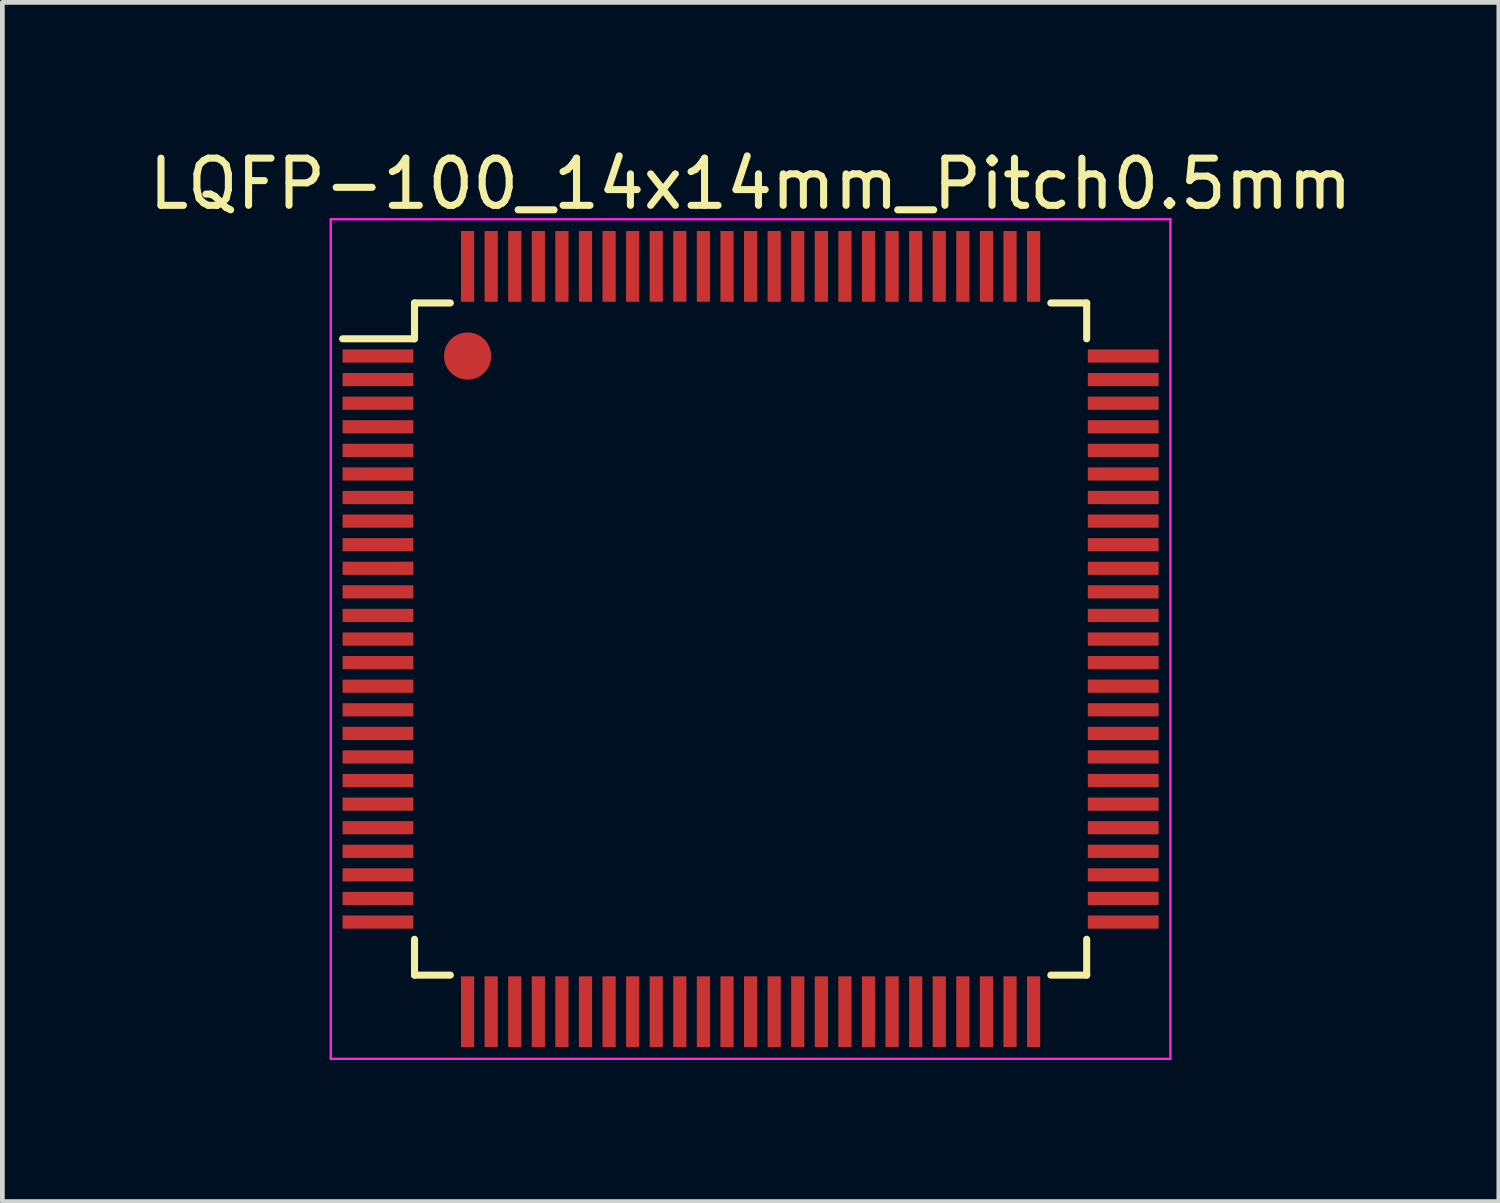
<source format=kicad_pcb>
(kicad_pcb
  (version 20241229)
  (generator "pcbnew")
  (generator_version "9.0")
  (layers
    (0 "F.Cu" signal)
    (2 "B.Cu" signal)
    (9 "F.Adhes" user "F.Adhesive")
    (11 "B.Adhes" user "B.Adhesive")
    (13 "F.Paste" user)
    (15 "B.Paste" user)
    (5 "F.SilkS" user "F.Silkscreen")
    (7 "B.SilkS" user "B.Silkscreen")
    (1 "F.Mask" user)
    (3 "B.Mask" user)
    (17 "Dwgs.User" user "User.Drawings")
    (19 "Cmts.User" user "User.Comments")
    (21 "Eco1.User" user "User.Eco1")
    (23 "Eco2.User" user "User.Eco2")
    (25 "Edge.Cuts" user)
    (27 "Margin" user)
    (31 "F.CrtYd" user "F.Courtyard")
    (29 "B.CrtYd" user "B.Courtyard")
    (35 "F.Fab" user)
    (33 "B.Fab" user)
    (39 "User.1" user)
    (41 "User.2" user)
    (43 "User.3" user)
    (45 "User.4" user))
  (footprint "LQFP-100_14x14mm_Pitch0.5mm"
    (layer "F.Cu")
    (at 12.863 10.498)
    (property "Reference" "LQFP-100_14x14mm_Pitch0.5mm" (at 0 -9.65 0) (layer "F.SilkS") (effects (font (size 1 1) (thickness 0.15))))
    (attr smd)
    (fp_line (start -7.125 -7.125) (end -7.125 -6.365) (stroke (width 0.15) (type solid)) (layer "F.SilkS"))
    (fp_line (start -7.125 -7.125) (end -6.365 -7.125) (stroke (width 0.15) (type solid)) (layer "F.SilkS"))
    (fp_line (start -7.125 -6.365) (end -8.65 -6.365) (stroke (width 0.15) (type solid)) (layer "F.SilkS"))
    (fp_line (start -7.125 7.125) (end -7.125 6.365) (stroke (width 0.15) (type solid)) (layer "F.SilkS"))
    (fp_line (start -7.125 7.125) (end -6.365 7.125) (stroke (width 0.15) (type solid)) (layer "F.SilkS"))
    (fp_line (start 7.125 -7.125) (end 6.365 -7.125) (stroke (width 0.15) (type solid)) (layer "F.SilkS"))
    (fp_line (start 7.125 -7.125) (end 7.125 -6.365) (stroke (width 0.15) (type solid)) (layer "F.SilkS"))
    (fp_line (start 7.125 7.125) (end 6.365 7.125) (stroke (width 0.15) (type solid)) (layer "F.SilkS"))
    (fp_line (start 7.125 7.125) (end 7.125 6.365) (stroke (width 0.15) (type solid)) (layer "F.SilkS"))
    (fp_line (start -8.9 -8.9) (end -8.9 8.9) (stroke (width 0.05) (type solid)) (layer "F.CrtYd"))
    (fp_line (start -8.9 -8.9) (end 8.9 -8.9) (stroke (width 0.05) (type solid)) (layer "F.CrtYd"))
    (fp_line (start -8.9 8.9) (end 8.9 8.9) (stroke (width 0.05) (type solid)) (layer "F.CrtYd"))
    (fp_line (start 8.9 -8.9) (end 8.9 8.9) (stroke (width 0.05) (type solid)) (layer "F.CrtYd"))
    (pad "" smd circle (at -6 -6) (size 1 1) (layers "F.Cu" "F.Mask" "F.Paste"))
    (pad "1" smd rect (at -7.9 -6) (size 1.5 0.28) (layers "F.Cu" "F.Mask" "F.Paste"))
    (pad "2" smd rect (at -7.9 -5.5) (size 1.5 0.28) (layers "F.Cu" "F.Mask" "F.Paste"))
    (pad "3" smd rect (at -7.9 -5) (size 1.5 0.28) (layers "F.Cu" "F.Mask" "F.Paste"))
    (pad "4" smd rect (at -7.9 -4.5) (size 1.5 0.28) (layers "F.Cu" "F.Mask" "F.Paste"))
    (pad "5" smd rect (at -7.9 -4) (size 1.5 0.28) (layers "F.Cu" "F.Mask" "F.Paste"))
    (pad "6" smd rect (at -7.9 -3.5) (size 1.5 0.28) (layers "F.Cu" "F.Mask" "F.Paste"))
    (pad "7" smd rect (at -7.9 -3) (size 1.5 0.28) (layers "F.Cu" "F.Mask" "F.Paste"))
    (pad "8" smd rect (at -7.9 -2.5) (size 1.5 0.28) (layers "F.Cu" "F.Mask" "F.Paste"))
    (pad "9" smd rect (at -7.9 -2) (size 1.5 0.28) (layers "F.Cu" "F.Mask" "F.Paste"))
    (pad "10" smd rect (at -7.9 -1.5) (size 1.5 0.28) (layers "F.Cu" "F.Mask" "F.Paste"))
    (pad "11" smd rect (at -7.9 -1) (size 1.5 0.28) (layers "F.Cu" "F.Mask" "F.Paste"))
    (pad "12" smd rect (at -7.9 -0.5) (size 1.5 0.28) (layers "F.Cu" "F.Mask" "F.Paste"))
    (pad "13" smd rect (at -7.9 0) (size 1.5 0.28) (layers "F.Cu" "F.Mask" "F.Paste"))
    (pad "14" smd rect (at -7.9 0.5) (size 1.5 0.28) (layers "F.Cu" "F.Mask" "F.Paste"))
    (pad "15" smd rect (at -7.9 1) (size 1.5 0.28) (layers "F.Cu" "F.Mask" "F.Paste"))
    (pad "16" smd rect (at -7.9 1.5) (size 1.5 0.28) (layers "F.Cu" "F.Mask" "F.Paste"))
    (pad "17" smd rect (at -7.9 2) (size 1.5 0.28) (layers "F.Cu" "F.Mask" "F.Paste"))
    (pad "18" smd rect (at -7.9 2.5) (size 1.5 0.28) (layers "F.Cu" "F.Mask" "F.Paste"))
    (pad "19" smd rect (at -7.9 3) (size 1.5 0.28) (layers "F.Cu" "F.Mask" "F.Paste"))
    (pad "20" smd rect (at -7.9 3.5) (size 1.5 0.28) (layers "F.Cu" "F.Mask" "F.Paste"))
    (pad "21" smd rect (at -7.9 4) (size 1.5 0.28) (layers "F.Cu" "F.Mask" "F.Paste"))
    (pad "22" smd rect (at -7.9 4.5) (size 1.5 0.28) (layers "F.Cu" "F.Mask" "F.Paste"))
    (pad "23" smd rect (at -7.9 5) (size 1.5 0.28) (layers "F.Cu" "F.Mask" "F.Paste"))
    (pad "24" smd rect (at -7.9 5.5) (size 1.5 0.28) (layers "F.Cu" "F.Mask" "F.Paste"))
    (pad "25" smd rect (at -7.9 6) (size 1.5 0.28) (layers "F.Cu" "F.Mask" "F.Paste"))
    (pad "26" smd rect (at -6 7.9 90) (size 1.5 0.28) (layers "F.Cu" "F.Mask" "F.Paste"))
    (pad "27" smd rect (at -5.5 7.9 90) (size 1.5 0.28) (layers "F.Cu" "F.Mask" "F.Paste"))
    (pad "28" smd rect (at -5 7.9 90) (size 1.5 0.28) (layers "F.Cu" "F.Mask" "F.Paste"))
    (pad "29" smd rect (at -4.5 7.9 90) (size 1.5 0.28) (layers "F.Cu" "F.Mask" "F.Paste"))
    (pad "30" smd rect (at -4 7.9 90) (size 1.5 0.28) (layers "F.Cu" "F.Mask" "F.Paste"))
    (pad "31" smd rect (at -3.5 7.9 90) (size 1.5 0.28) (layers "F.Cu" "F.Mask" "F.Paste"))
    (pad "32" smd rect (at -3 7.9 90) (size 1.5 0.28) (layers "F.Cu" "F.Mask" "F.Paste"))
    (pad "33" smd rect (at -2.5 7.9 90) (size 1.5 0.28) (layers "F.Cu" "F.Mask" "F.Paste"))
    (pad "34" smd rect (at -2 7.9 90) (size 1.5 0.28) (layers "F.Cu" "F.Mask" "F.Paste"))
    (pad "35" smd rect (at -1.5 7.9 90) (size 1.5 0.28) (layers "F.Cu" "F.Mask" "F.Paste"))
    (pad "36" smd rect (at -1 7.9 90) (size 1.5 0.28) (layers "F.Cu" "F.Mask" "F.Paste"))
    (pad "37" smd rect (at -0.5 7.9 90) (size 1.5 0.28) (layers "F.Cu" "F.Mask" "F.Paste"))
    (pad "38" smd rect (at 0 7.9 90) (size 1.5 0.28) (layers "F.Cu" "F.Mask" "F.Paste"))
    (pad "39" smd rect (at 0.5 7.9 90) (size 1.5 0.28) (layers "F.Cu" "F.Mask" "F.Paste"))
    (pad "40" smd rect (at 1 7.9 90) (size 1.5 0.28) (layers "F.Cu" "F.Mask" "F.Paste"))
    (pad "41" smd rect (at 1.5 7.9 90) (size 1.5 0.28) (layers "F.Cu" "F.Mask" "F.Paste"))
    (pad "42" smd rect (at 2 7.9 90) (size 1.5 0.28) (layers "F.Cu" "F.Mask" "F.Paste"))
    (pad "43" smd rect (at 2.5 7.9 90) (size 1.5 0.28) (layers "F.Cu" "F.Mask" "F.Paste"))
    (pad "44" smd rect (at 3 7.9 90) (size 1.5 0.28) (layers "F.Cu" "F.Mask" "F.Paste"))
    (pad "45" smd rect (at 3.5 7.9 90) (size 1.5 0.28) (layers "F.Cu" "F.Mask" "F.Paste"))
    (pad "46" smd rect (at 4 7.9 90) (size 1.5 0.28) (layers "F.Cu" "F.Mask" "F.Paste"))
    (pad "47" smd rect (at 4.5 7.9 90) (size 1.5 0.28) (layers "F.Cu" "F.Mask" "F.Paste"))
    (pad "48" smd rect (at 5 7.9 90) (size 1.5 0.28) (layers "F.Cu" "F.Mask" "F.Paste"))
    (pad "49" smd rect (at 5.5 7.9 90) (size 1.5 0.28) (layers "F.Cu" "F.Mask" "F.Paste"))
    (pad "50" smd rect (at 6 7.9 90) (size 1.5 0.28) (layers "F.Cu" "F.Mask" "F.Paste"))
    (pad "51" smd rect (at 7.9 6) (size 1.5 0.28) (layers "F.Cu" "F.Mask" "F.Paste"))
    (pad "52" smd rect (at 7.9 5.5) (size 1.5 0.28) (layers "F.Cu" "F.Mask" "F.Paste"))
    (pad "53" smd rect (at 7.9 5) (size 1.5 0.28) (layers "F.Cu" "F.Mask" "F.Paste"))
    (pad "54" smd rect (at 7.9 4.5) (size 1.5 0.28) (layers "F.Cu" "F.Mask" "F.Paste"))
    (pad "55" smd rect (at 7.9 4) (size 1.5 0.28) (layers "F.Cu" "F.Mask" "F.Paste"))
    (pad "56" smd rect (at 7.9 3.5) (size 1.5 0.28) (layers "F.Cu" "F.Mask" "F.Paste"))
    (pad "57" smd rect (at 7.9 3) (size 1.5 0.28) (layers "F.Cu" "F.Mask" "F.Paste"))
    (pad "58" smd rect (at 7.9 2.5) (size 1.5 0.28) (layers "F.Cu" "F.Mask" "F.Paste"))
    (pad "59" smd rect (at 7.9 2) (size 1.5 0.28) (layers "F.Cu" "F.Mask" "F.Paste"))
    (pad "60" smd rect (at 7.9 1.5) (size 1.5 0.28) (layers "F.Cu" "F.Mask" "F.Paste"))
    (pad "61" smd rect (at 7.9 1) (size 1.5 0.28) (layers "F.Cu" "F.Mask" "F.Paste"))
    (pad "62" smd rect (at 7.9 0.5) (size 1.5 0.28) (layers "F.Cu" "F.Mask" "F.Paste"))
    (pad "63" smd rect (at 7.9 0) (size 1.5 0.28) (layers "F.Cu" "F.Mask" "F.Paste"))
    (pad "64" smd rect (at 7.9 -0.5) (size 1.5 0.28) (layers "F.Cu" "F.Mask" "F.Paste"))
    (pad "65" smd rect (at 7.9 -1) (size 1.5 0.28) (layers "F.Cu" "F.Mask" "F.Paste"))
    (pad "66" smd rect (at 7.9 -1.5) (size 1.5 0.28) (layers "F.Cu" "F.Mask" "F.Paste"))
    (pad "67" smd rect (at 7.9 -2) (size 1.5 0.28) (layers "F.Cu" "F.Mask" "F.Paste"))
    (pad "68" smd rect (at 7.9 -2.5) (size 1.5 0.28) (layers "F.Cu" "F.Mask" "F.Paste"))
    (pad "69" smd rect (at 7.9 -3) (size 1.5 0.28) (layers "F.Cu" "F.Mask" "F.Paste"))
    (pad "70" smd rect (at 7.9 -3.5) (size 1.5 0.28) (layers "F.Cu" "F.Mask" "F.Paste"))
    (pad "71" smd rect (at 7.9 -4) (size 1.5 0.28) (layers "F.Cu" "F.Mask" "F.Paste"))
    (pad "72" smd rect (at 7.9 -4.5) (size 1.5 0.28) (layers "F.Cu" "F.Mask" "F.Paste"))
    (pad "73" smd rect (at 7.9 -5) (size 1.5 0.28) (layers "F.Cu" "F.Mask" "F.Paste"))
    (pad "74" smd rect (at 7.9 -5.5) (size 1.5 0.28) (layers "F.Cu" "F.Mask" "F.Paste"))
    (pad "75" smd rect (at 7.9 -6) (size 1.5 0.28) (layers "F.Cu" "F.Mask" "F.Paste"))
    (pad "76" smd rect (at 6 -7.9 90) (size 1.5 0.28) (layers "F.Cu" "F.Mask" "F.Paste"))
    (pad "77" smd rect (at 5.5 -7.9 90) (size 1.5 0.28) (layers "F.Cu" "F.Mask" "F.Paste"))
    (pad "78" smd rect (at 5 -7.9 90) (size 1.5 0.28) (layers "F.Cu" "F.Mask" "F.Paste"))
    (pad "79" smd rect (at 4.5 -7.9 90) (size 1.5 0.28) (layers "F.Cu" "F.Mask" "F.Paste"))
    (pad "80" smd rect (at 4 -7.9 90) (size 1.5 0.28) (layers "F.Cu" "F.Mask" "F.Paste"))
    (pad "81" smd rect (at 3.5 -7.9 90) (size 1.5 0.28) (layers "F.Cu" "F.Mask" "F.Paste"))
    (pad "82" smd rect (at 3 -7.9 90) (size 1.5 0.28) (layers "F.Cu" "F.Mask" "F.Paste"))
    (pad "83" smd rect (at 2.5 -7.9 90) (size 1.5 0.28) (layers "F.Cu" "F.Mask" "F.Paste"))
    (pad "84" smd rect (at 2 -7.9 90) (size 1.5 0.28) (layers "F.Cu" "F.Mask" "F.Paste"))
    (pad "85" smd rect (at 1.5 -7.9 90) (size 1.5 0.28) (layers "F.Cu" "F.Mask" "F.Paste"))
    (pad "86" smd rect (at 1 -7.9 90) (size 1.5 0.28) (layers "F.Cu" "F.Mask" "F.Paste"))
    (pad "87" smd rect (at 0.5 -7.9 90) (size 1.5 0.28) (layers "F.Cu" "F.Mask" "F.Paste"))
    (pad "88" smd rect (at 0 -7.9 90) (size 1.5 0.28) (layers "F.Cu" "F.Mask" "F.Paste"))
    (pad "89" smd rect (at -0.5 -7.9 90) (size 1.5 0.28) (layers "F.Cu" "F.Mask" "F.Paste"))
    (pad "90" smd rect (at -1 -7.9 90) (size 1.5 0.28) (layers "F.Cu" "F.Mask" "F.Paste"))
    (pad "91" smd rect (at -1.5 -7.9 90) (size 1.5 0.28) (layers "F.Cu" "F.Mask" "F.Paste"))
    (pad "92" smd rect (at -2 -7.9 90) (size 1.5 0.28) (layers "F.Cu" "F.Mask" "F.Paste"))
    (pad "93" smd rect (at -2.5 -7.9 90) (size 1.5 0.28) (layers "F.Cu" "F.Mask" "F.Paste"))
    (pad "94" smd rect (at -3 -7.9 90) (size 1.5 0.28) (layers "F.Cu" "F.Mask" "F.Paste"))
    (pad "95" smd rect (at -3.5 -7.9 90) (size 1.5 0.28) (layers "F.Cu" "F.Mask" "F.Paste"))
    (pad "96" smd rect (at -4 -7.9 90) (size 1.5 0.28) (layers "F.Cu" "F.Mask" "F.Paste"))
    (pad "97" smd rect (at -4.5 -7.9 90) (size 1.5 0.28) (layers "F.Cu" "F.Mask" "F.Paste"))
    (pad "98" smd rect (at -5 -7.9 90) (size 1.5 0.28) (layers "F.Cu" "F.Mask" "F.Paste"))
    (pad "99" smd rect (at -5.5 -7.9 90) (size 1.5 0.28) (layers "F.Cu" "F.Mask" "F.Paste"))
    (pad "100" smd rect (at -6 -7.9 90) (size 1.5 0.28) (layers "F.Cu" "F.Mask" "F.Paste")))
  (gr_rect
    (start -3 -3)
    (end 28.726 22.423)
    (stroke (width 0.1) (type default))
    (fill no)
    (layer "Edge.Cuts")))
</source>
